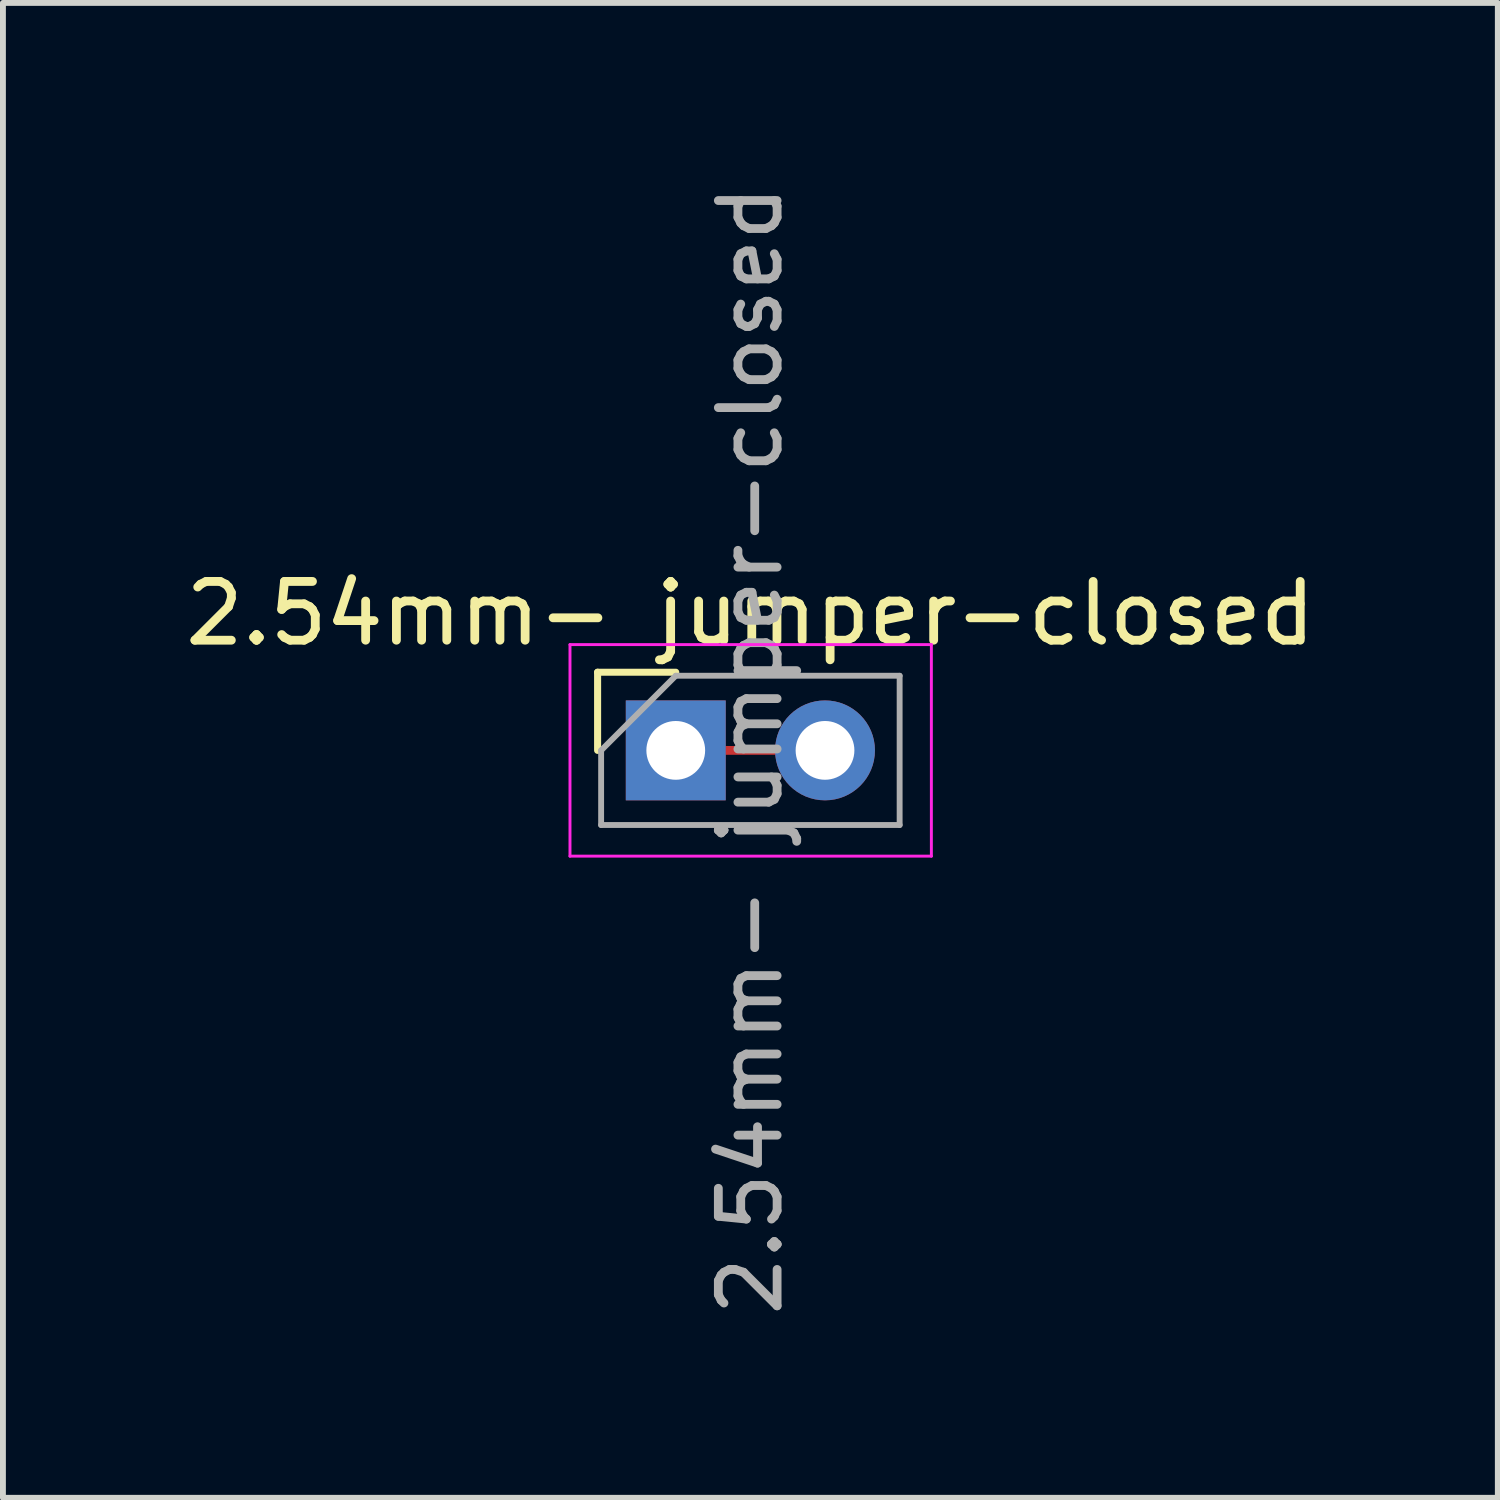
<source format=kicad_pcb>
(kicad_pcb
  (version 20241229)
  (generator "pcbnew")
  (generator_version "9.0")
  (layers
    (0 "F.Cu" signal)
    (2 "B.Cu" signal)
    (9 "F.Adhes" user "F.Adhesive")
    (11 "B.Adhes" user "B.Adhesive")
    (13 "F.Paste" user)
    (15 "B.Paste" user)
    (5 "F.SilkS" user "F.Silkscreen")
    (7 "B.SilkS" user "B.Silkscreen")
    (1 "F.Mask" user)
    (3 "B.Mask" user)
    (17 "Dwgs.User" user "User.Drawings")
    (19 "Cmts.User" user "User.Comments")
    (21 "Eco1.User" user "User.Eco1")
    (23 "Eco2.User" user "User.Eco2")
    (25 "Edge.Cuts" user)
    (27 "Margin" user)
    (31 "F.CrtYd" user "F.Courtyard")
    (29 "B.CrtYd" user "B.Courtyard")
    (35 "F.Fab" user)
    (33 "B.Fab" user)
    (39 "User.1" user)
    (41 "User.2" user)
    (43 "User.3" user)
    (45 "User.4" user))
  (footprint "2.54mm- jumper-closed"
    (layer "F.Cu")
    (at 8.45 9.72)
    (property "Reference" "2.54mm- jumper-closed" (at 1.27 -2.33 0) (layer "F.SilkS") (effects (font (size 1 1) (thickness 0.15))))
    (attr through_hole)
    (fp_line (start 0.8 0) (end 1.725 0) (stroke (width 0.15) (type solid)) (layer "F.Cu"))
    (fp_rect (start 0.825 -0.125) (end 1.725 0.125) (stroke (width 0) (type solid)) (fill yes) (layer "F.Mask"))
    (fp_line (start -1.33 -1.33) (end 0 -1.33) (stroke (width 0.12) (type solid)) (layer "F.SilkS"))
    (fp_line (start -1.33 0) (end -1.33 -1.33) (stroke (width 0.12) (type solid)) (layer "F.SilkS"))
    (fp_line (start -1.8 -1.8) (end -1.8 1.8) (stroke (width 0.05) (type solid)) (layer "F.CrtYd"))
    (fp_line (start -1.8 1.8) (end 4.35 1.8) (stroke (width 0.05) (type solid)) (layer "F.CrtYd"))
    (fp_line (start 4.35 -1.8) (end -1.8 -1.8) (stroke (width 0.05) (type solid)) (layer "F.CrtYd"))
    (fp_line (start 4.35 1.8) (end 4.35 -1.8) (stroke (width 0.05) (type solid)) (layer "F.CrtYd"))
    (fp_line (start -1.27 0) (end 0 -1.27) (stroke (width 0.1) (type solid)) (layer "F.Fab"))
    (fp_line (start -1.27 1.27) (end -1.27 0) (stroke (width 0.1) (type solid)) (layer "F.Fab"))
    (fp_line (start 0 -1.27) (end 3.81 -1.27) (stroke (width 0.1) (type solid)) (layer "F.Fab"))
    (fp_line (start 3.81 -1.27) (end 3.81 1.27) (stroke (width 0.1) (type solid)) (layer "F.Fab"))
    (fp_line (start 3.81 1.27) (end -1.27 1.27) (stroke (width 0.1) (type solid)) (layer "F.Fab"))
    (fp_text user "${REFERENCE}" (at 1.27 0 90) (layer "F.Fab") (effects (font (size 1 1) (thickness 0.15))))
    (pad "1" thru_hole rect (at 0 0) (size 1.7 1.7) (drill 1) (layers "*.Cu" "*.Mask"))
    (pad "2" thru_hole oval (at 2.54 0) (size 1.7 1.7) (drill 1) (layers "*.Cu" "*.Mask")))
  (gr_rect
    (start -3 -3)
    (end 22.44 22.44)
    (stroke (width 0.1) (type default))
    (fill no)
    (layer "Edge.Cuts")))
</source>
